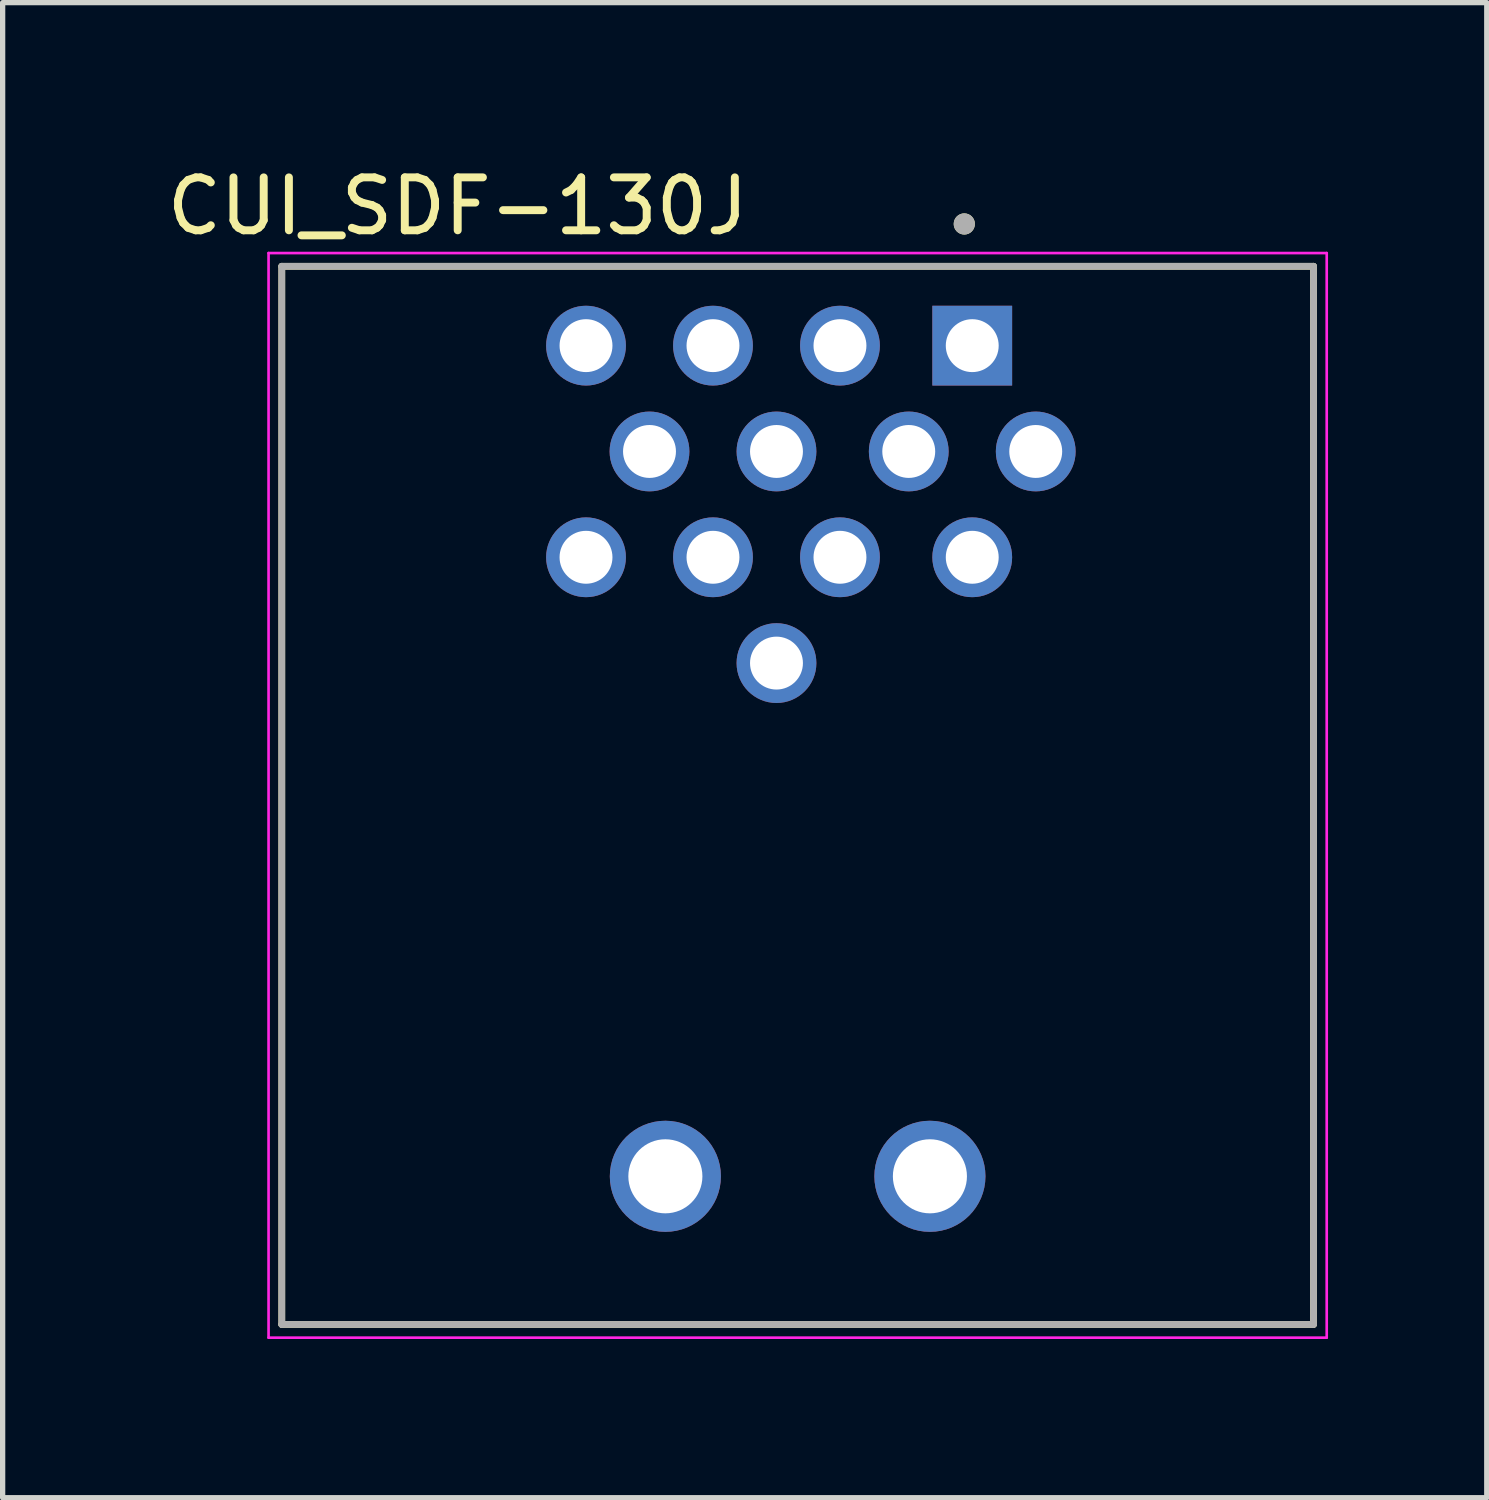
<source format=kicad_pcb>
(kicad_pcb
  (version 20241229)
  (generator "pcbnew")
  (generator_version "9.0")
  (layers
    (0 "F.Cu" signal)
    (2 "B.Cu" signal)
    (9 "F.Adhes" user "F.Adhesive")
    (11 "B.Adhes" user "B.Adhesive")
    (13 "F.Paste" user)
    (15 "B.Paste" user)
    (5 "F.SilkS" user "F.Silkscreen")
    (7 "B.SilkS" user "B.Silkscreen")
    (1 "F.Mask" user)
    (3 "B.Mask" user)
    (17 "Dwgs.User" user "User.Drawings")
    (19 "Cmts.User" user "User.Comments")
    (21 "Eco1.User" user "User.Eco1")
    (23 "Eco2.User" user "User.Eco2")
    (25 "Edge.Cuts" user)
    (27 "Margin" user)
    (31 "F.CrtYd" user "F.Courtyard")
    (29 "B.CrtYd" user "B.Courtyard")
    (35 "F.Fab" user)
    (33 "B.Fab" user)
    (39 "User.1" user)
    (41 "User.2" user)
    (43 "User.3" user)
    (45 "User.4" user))
  (footprint "CUI_SDF-130J"
    (layer "F.Cu")
    (at 12.026 19.183)
    (property "Reference" "CUI_SDF-130J" (at -6.425 -18.335 0) (layer "F.SilkS") (effects (font (size 1 1) (thickness 0.15))))
    (attr through_hole)
    (fp_line (start -9.75 -17.2) (end 9.75 -17.2) (stroke (width 0.127) (type solid)) (layer "F.SilkS"))
    (fp_line (start -9.75 2.8) (end -9.75 -17.2) (stroke (width 0.127) (type solid)) (layer "F.SilkS"))
    (fp_line (start 9.75 -17.2) (end 9.75 2.8) (stroke (width 0.127) (type solid)) (layer "F.SilkS"))
    (fp_line (start 9.75 2.8) (end -9.75 2.8) (stroke (width 0.127) (type solid)) (layer "F.SilkS"))
    (fp_circle (center 3.15 -18) (end 3.25 -18) (stroke (width 0.2) (type solid)) (fill no) (layer "F.SilkS"))
    (fp_line (start -10 -17.45) (end -10 3.05) (stroke (width 0.05) (type solid)) (layer "F.CrtYd"))
    (fp_line (start -10 3.05) (end 10 3.05) (stroke (width 0.05) (type solid)) (layer "F.CrtYd"))
    (fp_line (start 10 -17.45) (end -10 -17.45) (stroke (width 0.05) (type solid)) (layer "F.CrtYd"))
    (fp_line (start 10 3.05) (end 10 -17.45) (stroke (width 0.05) (type solid)) (layer "F.CrtYd"))
    (fp_line (start -9.75 -17.2) (end 9.75 -17.2) (stroke (width 0.127) (type solid)) (layer "F.Fab"))
    (fp_line (start -9.75 2.8) (end -9.75 -17.2) (stroke (width 0.127) (type solid)) (layer "F.Fab"))
    (fp_line (start 9.75 -17.2) (end 9.75 2.8) (stroke (width 0.127) (type solid)) (layer "F.Fab"))
    (fp_line (start 9.75 2.8) (end -9.75 2.8) (stroke (width 0.127) (type solid)) (layer "F.Fab"))
    (fp_circle (center 3.15 -18) (end 3.25 -18) (stroke (width 0.2) (type solid)) (fill no) (layer "F.Fab"))
    (pad "1" thru_hole rect (at 3.3 -15.7) (size 1.508 1.508) (drill 1) (layers "*.Cu" "*.Mask"))
    (pad "2" thru_hole circle (at 0.8 -15.7) (size 1.508 1.508) (drill 1) (layers "*.Cu" "*.Mask"))
    (pad "3" thru_hole circle (at -1.6 -15.7) (size 1.508 1.508) (drill 1) (layers "*.Cu" "*.Mask"))
    (pad "4" thru_hole circle (at -4 -15.7) (size 1.508 1.508) (drill 1) (layers "*.Cu" "*.Mask"))
    (pad "5" thru_hole circle (at 4.5 -13.7) (size 1.508 1.508) (drill 1) (layers "*.Cu" "*.Mask"))
    (pad "6" thru_hole circle (at 2.1 -13.7) (size 1.508 1.508) (drill 1) (layers "*.Cu" "*.Mask"))
    (pad "7" thru_hole circle (at -0.4 -13.7) (size 1.508 1.508) (drill 1) (layers "*.Cu" "*.Mask"))
    (pad "8" thru_hole circle (at -2.8 -13.7) (size 1.508 1.508) (drill 1) (layers "*.Cu" "*.Mask"))
    (pad "9" thru_hole circle (at 3.3 -11.7) (size 1.508 1.508) (drill 1) (layers "*.Cu" "*.Mask"))
    (pad "10" thru_hole circle (at 0.8 -11.7) (size 1.508 1.508) (drill 1) (layers "*.Cu" "*.Mask"))
    (pad "11" thru_hole circle (at -1.6 -11.7) (size 1.508 1.508) (drill 1) (layers "*.Cu" "*.Mask"))
    (pad "12" thru_hole circle (at -4 -11.7) (size 1.508 1.508) (drill 1) (layers "*.Cu" "*.Mask"))
    (pad "13" thru_hole circle (at -0.4 -9.7) (size 1.508 1.508) (drill 1) (layers "*.Cu" "*.Mask"))
    (pad "E1" thru_hole circle (at -2.5 0) (size 2.1 2.1) (drill 1.4) (layers "*.Cu" "*.Mask"))
    (pad "E2" thru_hole circle (at 2.5 0) (size 2.1 2.1) (drill 1.4) (layers "*.Cu" "*.Mask")))
  (gr_rect
    (start -3 -3)
    (end 25.051 25.258)
    (stroke (width 0.1) (type default))
    (fill no)
    (layer "Edge.Cuts")))
</source>
